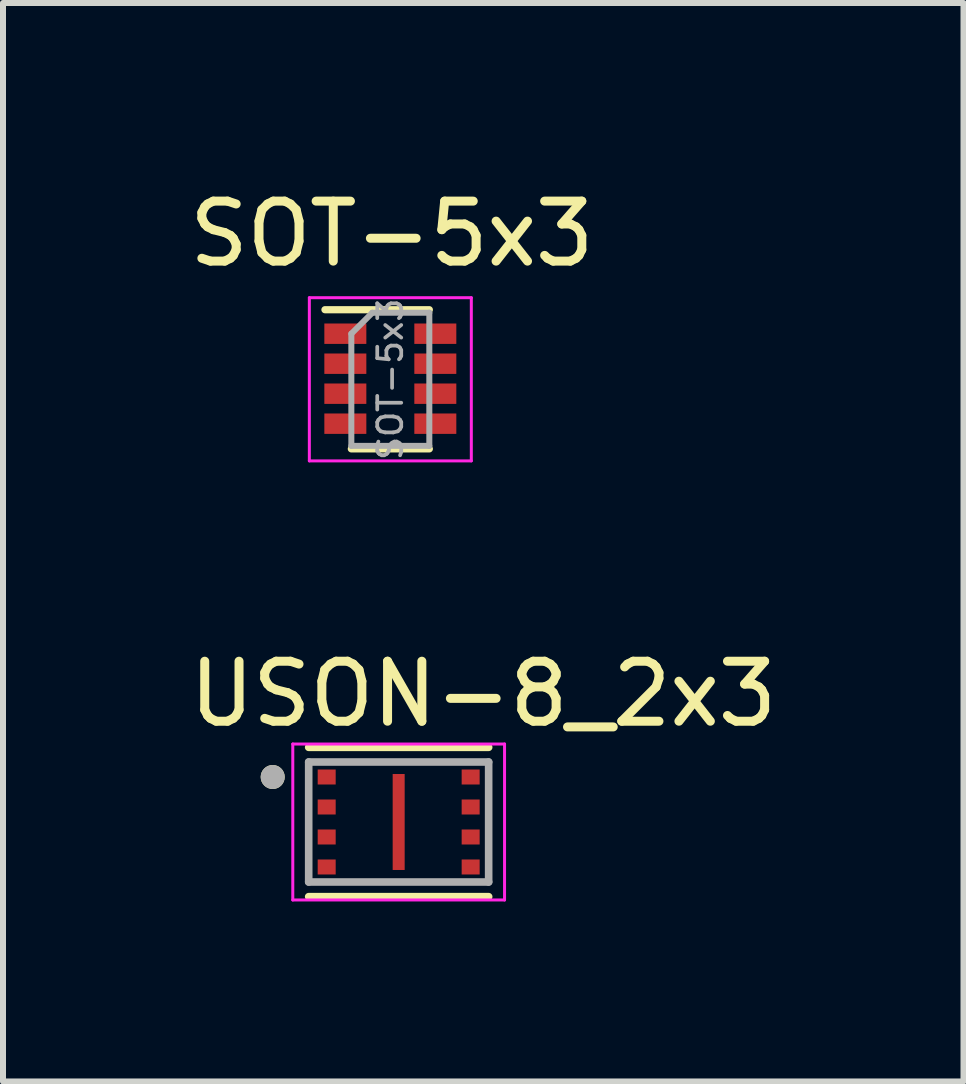
<source format=kicad_pcb>
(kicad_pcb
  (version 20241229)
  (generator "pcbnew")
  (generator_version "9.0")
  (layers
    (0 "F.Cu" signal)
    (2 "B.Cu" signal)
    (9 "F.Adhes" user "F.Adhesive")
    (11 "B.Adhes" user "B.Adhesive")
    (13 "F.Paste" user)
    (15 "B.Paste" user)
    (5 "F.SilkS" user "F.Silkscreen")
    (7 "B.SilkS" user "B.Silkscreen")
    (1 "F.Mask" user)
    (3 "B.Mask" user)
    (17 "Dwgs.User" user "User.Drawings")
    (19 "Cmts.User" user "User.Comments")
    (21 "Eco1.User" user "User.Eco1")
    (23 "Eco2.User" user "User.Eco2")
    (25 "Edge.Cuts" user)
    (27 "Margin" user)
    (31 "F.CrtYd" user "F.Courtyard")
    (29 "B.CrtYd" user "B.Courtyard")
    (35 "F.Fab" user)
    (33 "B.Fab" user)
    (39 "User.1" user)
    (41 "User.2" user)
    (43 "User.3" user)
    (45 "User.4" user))
  (footprint "USON-8_2x3"
    (layer "F.Cu")
    (at 3.596 10.653)
    (property "Reference" "USON-8_2x3" (at 1.41 -2.135 0) (layer "F.SilkS") (effects (font (size 1 1) (thickness 0.15))))
    (attr through_hole)
    (fp_line (start -1.5 -1.245) (end 1.5 -1.245) (stroke (width 0.127) (type solid)) (layer "F.SilkS"))
    (fp_line (start 1.5 1.245) (end -1.5 1.245) (stroke (width 0.127) (type solid)) (layer "F.SilkS"))
    (fp_circle (center -2.1 -0.75) (end -2 -0.75) (stroke (width 0.2) (type solid)) (fill no) (layer "F.SilkS"))
    (fp_poly (pts (xy -0.045 -0.76) (xy 0.045 -0.76) (xy 0.045 -0.02) (xy -0.045 -0.02)) (stroke (width 0.01) (type solid)) (fill yes) (layer "F.Paste"))
    (fp_poly (pts (xy -0.045 0.02) (xy 0.045 0.02) (xy 0.045 0.76) (xy -0.045 0.76)) (stroke (width 0.01) (type solid)) (fill yes) (layer "F.Paste"))
    (fp_line (start -1.765 -1.3) (end -1.765 1.3) (stroke (width 0.05) (type solid)) (layer "F.CrtYd"))
    (fp_line (start -1.765 1.3) (end 1.765 1.3) (stroke (width 0.05) (type solid)) (layer "F.CrtYd"))
    (fp_line (start 1.765 -1.3) (end -1.765 -1.3) (stroke (width 0.05) (type solid)) (layer "F.CrtYd"))
    (fp_line (start 1.765 1.3) (end 1.765 -1.3) (stroke (width 0.05) (type solid)) (layer "F.CrtYd"))
    (fp_line (start -1.5 -1) (end 1.5 -1) (stroke (width 0.127) (type solid)) (layer "F.Fab"))
    (fp_line (start -1.5 1) (end -1.5 -1) (stroke (width 0.127) (type solid)) (layer "F.Fab"))
    (fp_line (start 1.5 -1) (end 1.5 1) (stroke (width 0.127) (type solid)) (layer "F.Fab"))
    (fp_line (start 1.5 1) (end -1.5 1) (stroke (width 0.127) (type solid)) (layer "F.Fab"))
    (fp_circle (center -2.1 -0.75) (end -2 -0.75) (stroke (width 0.2) (type solid)) (fill no) (layer "F.Fab"))
    (pad "1" smd rect (at -1.2 -0.75) (size 0.3 0.25) (layers "F.Cu" "F.Mask" "F.Paste"))
    (pad "2" smd rect (at -1.2 -0.25) (size 0.3 0.25) (layers "F.Cu" "F.Mask" "F.Paste"))
    (pad "3" smd rect (at -1.2 0.25) (size 0.3 0.25) (layers "F.Cu" "F.Mask" "F.Paste"))
    (pad "4" smd rect (at -1.2 0.75) (size 0.3 0.25) (layers "F.Cu" "F.Mask" "F.Paste"))
    (pad "5" smd rect (at 1.2 0.75) (size 0.3 0.25) (layers "F.Cu" "F.Mask" "F.Paste"))
    (pad "6" smd rect (at 1.2 0.25) (size 0.3 0.25) (layers "F.Cu" "F.Mask" "F.Paste"))
    (pad "7" smd rect (at 1.2 -0.25) (size 0.3 0.25) (layers "F.Cu" "F.Mask" "F.Paste"))
    (pad "8" smd rect (at 1.2 -0.75) (size 0.3 0.25) (layers "F.Cu" "F.Mask" "F.Paste"))
    (pad "9" smd rect (at 0 0) (size 0.2 1.6) (layers "F.Cu" "F.Mask")))
  (footprint "SOT-5x3"
    (layer "F.Cu")
    (at 3.457 3.273)
    (property "Reference" "SOT-5x3" (at 0.025 -2.425 0) (layer "F.SilkS") (effects (font (size 1 1) (thickness 0.15))))
    (attr smd)
    (fp_line (start -1.09 -1.16) (end 0.65 -1.16) (stroke (width 0.12) (type solid)) (layer "F.SilkS"))
    (fp_line (start 0.65 1.16) (end -0.65 1.16) (stroke (width 0.12) (type solid)) (layer "F.SilkS"))
    (fp_line (start -1.35 -1.36) (end -1.35 1.36) (stroke (width 0.05) (type solid)) (layer "F.CrtYd"))
    (fp_line (start -1.35 -1.36) (end 1.35 -1.36) (stroke (width 0.05) (type solid)) (layer "F.CrtYd"))
    (fp_line (start 1.35 1.36) (end -1.35 1.36) (stroke (width 0.05) (type solid)) (layer "F.CrtYd"))
    (fp_line (start 1.35 1.36) (end 1.35 -1.36) (stroke (width 0.05) (type solid)) (layer "F.CrtYd"))
    (fp_line (start -0.65 -0.76) (end -0.65 1.11) (stroke (width 0.1) (type solid)) (layer "F.Fab"))
    (fp_line (start -0.65 -0.76) (end -0.3 -1.11) (stroke (width 0.1) (type solid)) (layer "F.Fab"))
    (fp_line (start -0.65 1.11) (end 0.65 1.11) (stroke (width 0.1) (type solid)) (layer "F.Fab"))
    (fp_line (start 0.65 -1.11) (end -0.3 -1.11) (stroke (width 0.1) (type solid)) (layer "F.Fab"))
    (fp_line (start 0.65 1.11) (end 0.65 -1.11) (stroke (width 0.1) (type solid)) (layer "F.Fab"))
    (fp_text user "${REFERENCE}" (at 0 0 90) (layer "F.Fab") (effects (font (size 0.4 0.4) (thickness 0.062))))
    (pad "1" smd rect (at -0.75 -0.76) (size 0.7 0.34) (layers "F.Cu" "F.Mask" "F.Paste"))
    (pad "2" smd rect (at -0.75 -0.26) (size 0.7 0.34) (layers "F.Cu" "F.Mask" "F.Paste"))
    (pad "3" smd rect (at -0.75 0.24) (size 0.7 0.34) (layers "F.Cu" "F.Mask" "F.Paste"))
    (pad "4" smd rect (at -0.75 0.74) (size 0.7 0.34) (layers "F.Cu" "F.Mask" "F.Paste"))
    (pad "5" smd rect (at 0.75 0.74) (size 0.7 0.34) (layers "F.Cu" "F.Mask" "F.Paste"))
    (pad "6" smd rect (at 0.75 0.24) (size 0.7 0.34) (layers "F.Cu" "F.Mask" "F.Paste"))
    (pad "7" smd rect (at 0.75 -0.26) (size 0.7 0.34) (layers "F.Cu" "F.Mask" "F.Paste"))
    (pad "8" smd rect (at 0.75 -0.76) (size 0.7 0.34) (layers "F.Cu" "F.Mask" "F.Paste")))
  (gr_rect
    (start -3 -3)
    (end 13.012 14.978)
    (stroke (width 0.1) (type default))
    (fill no)
    (layer "Edge.Cuts")))
</source>
